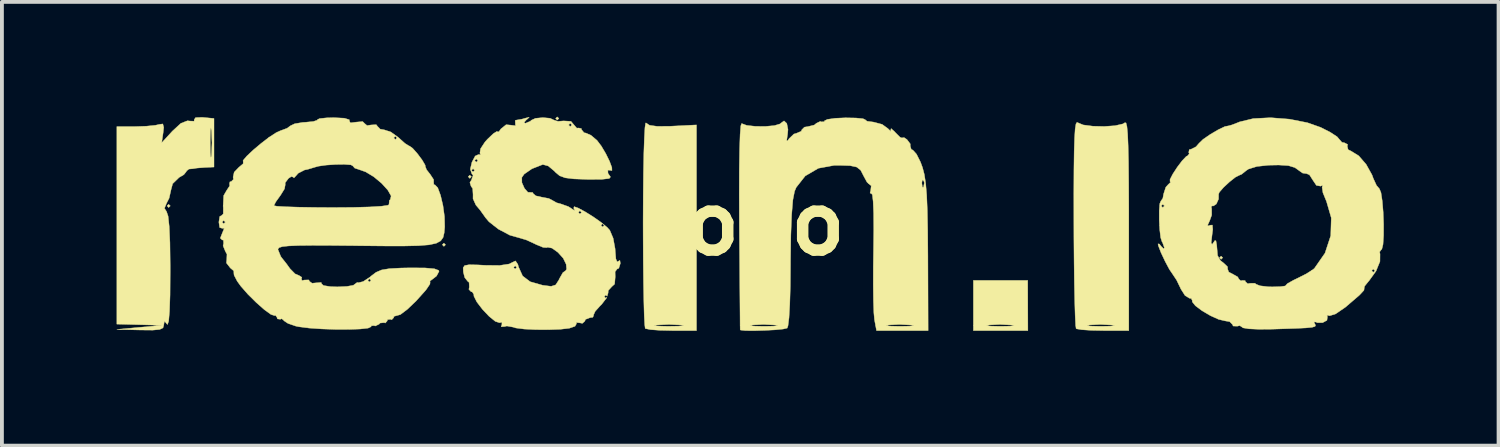
<source format=kicad_pcb>
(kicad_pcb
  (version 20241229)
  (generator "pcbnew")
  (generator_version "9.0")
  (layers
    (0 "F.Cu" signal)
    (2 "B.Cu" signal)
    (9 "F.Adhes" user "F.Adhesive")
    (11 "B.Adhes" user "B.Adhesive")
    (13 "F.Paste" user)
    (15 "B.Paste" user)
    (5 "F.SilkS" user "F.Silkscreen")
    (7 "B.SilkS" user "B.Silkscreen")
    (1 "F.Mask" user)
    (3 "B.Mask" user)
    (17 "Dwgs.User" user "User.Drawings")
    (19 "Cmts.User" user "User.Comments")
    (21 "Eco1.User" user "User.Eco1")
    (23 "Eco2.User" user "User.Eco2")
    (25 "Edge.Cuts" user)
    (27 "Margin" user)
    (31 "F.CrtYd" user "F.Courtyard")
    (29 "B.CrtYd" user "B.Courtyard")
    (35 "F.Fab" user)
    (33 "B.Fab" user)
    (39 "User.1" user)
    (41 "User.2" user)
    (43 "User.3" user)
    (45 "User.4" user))
  (footprint "logo"
    (layer "F.Cu")
    (at 16.557 2.799)
    (property "Reference" "logo" (at 0 0 0) (layer "F.SilkS") (effects (font (size 1.524 1.524) (thickness 0.3))))
    (attr through_hole)
    (fp_poly (pts (xy -15.155 -0.466) (xy -15.198 -0.423) (xy -15.24 -0.466) (xy -15.198 -0.508) (xy -15.155 -0.466)) (stroke (width 0.01) (type solid)) (fill yes) (layer "F.SilkS"))
    (fp_poly (pts (xy -7.959 0.55) (xy -8.001 0.593) (xy -8.043 0.55) (xy -8.001 0.508) (xy -7.959 0.55)) (stroke (width 0.01) (type solid)) (fill yes) (layer "F.SilkS"))
    (fp_poly (pts (xy -7.281 -1.228) (xy -7.324 -1.185) (xy -7.366 -1.228) (xy -7.324 -1.27) (xy -7.281 -1.228)) (stroke (width 0.01) (type solid)) (fill yes) (layer "F.SilkS"))
    (fp_poly (pts (xy -4.995 -2.752) (xy -5.038 -2.709) (xy -5.08 -2.752) (xy -5.038 -2.794) (xy -4.995 -2.752)) (stroke (width 0.01) (type solid)) (fill yes) (layer "F.SilkS"))
    (fp_poly (pts (xy 12.361 0.889) (xy 12.319 0.931) (xy 12.277 0.889) (xy 12.319 0.847) (xy 12.361 0.889)) (stroke (width 0.01) (type solid)) (fill yes) (layer "F.SilkS"))
    (fp_poly (pts (xy 7.265 2.138) (xy 7.267 2.794) (xy 5.842 2.794) (xy 5.842 2.664) (xy 6.184 2.664) (xy 6.275 2.676) (xy 6.495 2.681) (xy 6.562 2.682) (xy 6.802 2.677) (xy 6.91 2.667) (xy 6.871 2.652) (xy 6.835 2.648) (xy 6.536 2.634) (xy 6.252 2.647) (xy 6.242 2.648) (xy 6.184 2.664) (xy 5.842 2.664) (xy 5.842 1.482) (xy 7.263 1.482) (xy 7.265 2.138)) (stroke (width 0.01) (type solid)) (fill yes) (layer "F.SilkS"))
    (fp_poly (pts (xy -2.625 -2.574) (xy -2.427 -2.546) (xy -2.096 -2.548) (xy -2.021 -2.552) (xy -1.397 -2.583) (xy -1.397 2.794) (xy -2.039 2.794) (xy -2.354 2.787) (xy -2.6 2.769) (xy -2.73 2.742) (xy -2.738 2.738) (xy -2.748 2.663) (xy -2.509 2.663) (xy -2.431 2.674) (xy -2.22 2.68) (xy -2.117 2.681) (xy -1.862 2.677) (xy -1.736 2.667) (xy -1.754 2.653) (xy -1.799 2.648) (xy -2.117 2.634) (xy -2.434 2.648) (xy -2.509 2.663) (xy -2.748 2.663) (xy -2.751 2.642) (xy -2.764 2.398) (xy -2.774 2.026) (xy -2.783 1.546) (xy -2.789 0.979) (xy -2.792 0.345) (xy -2.793 -0.035) (xy -2.79 -0.727) (xy -2.784 -1.336) (xy -2.774 -1.847) (xy -2.76 -2.245) (xy -2.745 -2.512) (xy -2.727 -2.633) (xy -2.718 -2.636) (xy -2.625 -2.574)) (stroke (width 0.01) (type solid)) (fill yes) (layer "F.SilkS"))
    (fp_poly (pts (xy 8.566 -2.644) (xy 8.713 -2.583) (xy 8.966 -2.55) (xy 9.264 -2.543) (xy 9.547 -2.563) (xy 9.752 -2.61) (xy 9.804 -2.642) (xy 9.833 -2.635) (xy 9.857 -2.542) (xy 9.875 -2.351) (xy 9.888 -2.048) (xy 9.898 -1.62) (xy 9.903 -1.054) (xy 9.906 -0.338) (xy 9.906 0.025) (xy 9.906 2.794) (xy 9.243 2.794) (xy 8.923 2.788) (xy 8.673 2.771) (xy 8.538 2.748) (xy 8.528 2.742) (xy 8.517 2.664) (xy 8.809 2.664) (xy 8.9 2.676) (xy 9.12 2.681) (xy 9.186 2.682) (xy 9.427 2.677) (xy 9.535 2.667) (xy 9.495 2.652) (xy 9.46 2.648) (xy 9.161 2.634) (xy 8.877 2.647) (xy 8.867 2.648) (xy 8.809 2.664) (xy 8.517 2.664) (xy 8.515 2.648) (xy 8.503 2.404) (xy 8.492 2.033) (xy 8.482 1.554) (xy 8.475 0.987) (xy 8.47 0.354) (xy 8.469 -0.029) (xy 8.468 -0.803) (xy 8.471 -1.421) (xy 8.477 -1.897) (xy 8.488 -2.245) (xy 8.503 -2.477) (xy 8.524 -2.608) (xy 8.55 -2.651) (xy 8.566 -2.644)) (stroke (width 0.01) (type solid)) (fill yes) (layer "F.SilkS"))
    (fp_poly (pts (xy -14.296 -2.779) (xy -14.012 -2.752) (xy -14.012 -1.482) (xy -14.266 -1.47) (xy -14.46 -1.455) (xy -14.563 -1.438) (xy -14.668 -1.429) (xy -14.731 -1.378) (xy -14.732 -1.368) (xy -14.8 -1.283) (xy -14.924 -1.21) (xy -15.093 -1.046) (xy -15.136 -0.887) (xy -15.185 -0.668) (xy -15.253 -0.534) (xy -15.307 -0.404) (xy -15.253 -0.318) (xy -15.212 -0.198) (xy -15.183 0.072) (xy -15.164 0.498) (xy -15.157 1.085) (xy -15.157 1.266) (xy -15.161 1.862) (xy -15.175 2.288) (xy -15.197 2.546) (xy -15.227 2.635) (xy -15.24 2.625) (xy -15.306 2.547) (xy -15.323 2.627) (xy -15.323 2.646) (xy -15.345 2.723) (xy -15.431 2.765) (xy -15.616 2.782) (xy -15.934 2.779) (xy -15.938 2.779) (xy -16.552 2.764) (xy -15.96 2.709) (xy -15.367 2.655) (xy -15.96 2.64) (xy -16.552 2.625) (xy -16.552 -2.54) (xy -16.072 -2.54) (xy -15.78 -2.55) (xy -15.542 -2.574) (xy -15.447 -2.596) (xy -15.35 -2.609) (xy -15.326 -2.518) (xy -15.341 -2.384) (xy -15.38 -2.115) (xy -15.379 -2.117) (xy -14.111 -2.117) (xy -14.107 -1.862) (xy -14.097 -1.736) (xy -14.083 -1.754) (xy -14.078 -1.799) (xy -14.064 -2.117) (xy -14.078 -2.434) (xy -14.093 -2.509) (xy -14.104 -2.431) (xy -14.11 -2.22) (xy -14.111 -2.117) (xy -15.379 -2.117) (xy -15.099 -2.422) (xy -14.878 -2.625) (xy -14.705 -2.692) (xy -14.648 -2.685) (xy -14.532 -2.68) (xy -14.529 -2.723) (xy -14.494 -2.774) (xy -14.325 -2.781) (xy -14.296 -2.779)) (stroke (width 0.01) (type solid)) (fill yes) (layer "F.SilkS"))
    (fp_poly (pts (xy 2.77 -2.764) (xy 2.956 -2.746) (xy 3.013 -2.72) (xy 3.061 -2.68) (xy 3.225 -2.658) (xy 3.229 -2.658) (xy 3.456 -2.598) (xy 3.608 -2.488) (xy 3.685 -2.412) (xy 3.683 -2.455) (xy 3.691 -2.489) (xy 3.782 -2.407) (xy 3.804 -2.382) (xy 3.923 -2.263) (xy 3.979 -2.24) (xy 3.979 -2.245) (xy 4.031 -2.252) (xy 4.105 -2.202) (xy 4.192 -2.087) (xy 4.191 -2.031) (xy 4.217 -1.948) (xy 4.264 -1.921) (xy 4.354 -1.821) (xy 4.459 -1.613) (xy 4.513 -1.466) (xy 4.56 -1.286) (xy 4.595 -1.056) (xy 4.621 -0.75) (xy 4.638 -0.346) (xy 4.648 0.18) (xy 4.653 0.851) (xy 4.653 0.87) (xy 4.659 2.794) (xy 3.31 2.794) (xy 3.285 2.664) (xy 3.559 2.664) (xy 3.65 2.676) (xy 3.871 2.681) (xy 3.937 2.682) (xy 4.177 2.677) (xy 4.286 2.667) (xy 4.246 2.652) (xy 4.21 2.648) (xy 3.911 2.634) (xy 3.627 2.647) (xy 3.618 2.648) (xy 3.559 2.664) (xy 3.285 2.664) (xy 3.256 2.508) (xy 3.24 2.331) (xy 3.229 2.018) (xy 3.224 1.604) (xy 3.225 1.122) (xy 3.231 0.695) (xy 3.237 0.157) (xy 3.234 -0.276) (xy 3.221 -0.586) (xy 3.201 -0.756) (xy 3.182 -0.782) (xy 3.141 -0.803) (xy 3.158 -0.875) (xy 3.171 -0.993) (xy 3.14 -1.016) (xy 3.084 -1.065) (xy 4.494 -1.065) (xy 4.51 -0.956) (xy 4.538 -0.954) (xy 4.559 -1.068) (xy 4.545 -1.117) (xy 4.508 -1.149) (xy 4.494 -1.065) (xy 3.084 -1.065) (xy 3.061 -1.086) (xy 2.97 -1.253) (xy 2.969 -1.256) (xy 2.896 -1.398) (xy 2.794 -1.48) (xy 2.621 -1.518) (xy 2.335 -1.527) (xy 2.204 -1.526) (xy 1.79 -1.45) (xy 1.446 -1.249) (xy 1.21 -0.949) (xy 1.167 -0.847) (xy 1.123 -0.623) (xy 1.091 -0.24) (xy 1.07 0.295) (xy 1.061 0.973) (xy 1.061 1.058) (xy 1.056 1.633) (xy 1.042 2.105) (xy 1.022 2.458) (xy 0.995 2.671) (xy 0.974 2.729) (xy 0.868 2.754) (xy 0.655 2.775) (xy 0.386 2.789) (xy 0.113 2.797) (xy -0.114 2.795) (xy -0.243 2.781) (xy -0.255 2.773) (xy -0.256 2.686) (xy -0.257 2.664) (xy 0.003 2.664) (xy 0.094 2.676) (xy 0.315 2.681) (xy 0.381 2.682) (xy 0.621 2.677) (xy 0.73 2.667) (xy 0.69 2.652) (xy 0.654 2.648) (xy 0.355 2.634) (xy 0.071 2.647) (xy 0.062 2.648) (xy 0.003 2.664) (xy -0.257 2.664) (xy -0.258 2.45) (xy -0.261 2.086) (xy -0.265 1.612) (xy -0.269 1.05) (xy -0.274 0.42) (xy -0.277 0.025) (xy -0.28 -0.768) (xy -0.278 -1.431) (xy -0.27 -1.956) (xy -0.257 -2.334) (xy -0.239 -2.558) (xy -0.217 -2.621) (xy -0.216 -2.62) (xy -0.085 -2.571) (xy 0.142 -2.546) (xy 0.405 -2.544) (xy 0.641 -2.566) (xy 0.788 -2.61) (xy 0.805 -2.626) (xy 0.892 -2.689) (xy 0.964 -2.622) (xy 0.995 -2.463) (xy 0.984 -2.339) (xy 0.961 -2.178) (xy 0.985 -2.166) (xy 1.022 -2.223) (xy 1.149 -2.345) (xy 1.232 -2.371) (xy 1.342 -2.418) (xy 1.355 -2.455) (xy 1.425 -2.525) (xy 1.519 -2.54) (xy 1.682 -2.58) (xy 1.737 -2.626) (xy 1.838 -2.675) (xy 1.869 -2.663) (xy 1.943 -2.667) (xy 1.947 -2.689) (xy 2.025 -2.728) (xy 2.227 -2.757) (xy 2.496 -2.769) (xy 2.77 -2.764)) (stroke (width 0.01) (type solid)) (fill yes) (layer "F.SilkS"))
    (fp_poly (pts (xy 14.104 -2.734) (xy 14.576 -2.641) (xy 14.922 -2.519) (xy 15.175 -2.39) (xy 15.351 -2.275) (xy 15.409 -2.206) (xy 15.478 -2.128) (xy 15.541 -2.117) (xy 15.627 -2.073) (xy 15.617 -2.026) (xy 15.639 -1.937) (xy 15.729 -1.892) (xy 15.918 -1.775) (xy 16.111 -1.552) (xy 16.264 -1.277) (xy 16.298 -1.184) (xy 16.382 -1.001) (xy 16.457 -0.914) (xy 16.499 -0.812) (xy 16.532 -0.594) (xy 16.556 -0.305) (xy 16.568 0.01) (xy 16.567 0.307) (xy 16.552 0.541) (xy 16.521 0.667) (xy 16.506 0.677) (xy 16.463 0.738) (xy 16.474 0.79) (xy 16.472 0.987) (xy 16.369 1.239) (xy 16.188 1.49) (xy 16.176 1.503) (xy 16.071 1.633) (xy 16.057 1.693) (xy 16.061 1.693) (xy 16.052 1.742) (xy 15.943 1.86) (xy 15.916 1.885) (xy 15.567 2.184) (xy 15.311 2.359) (xy 15.155 2.407) (xy 15.132 2.399) (xy 15.084 2.399) (xy 15.099 2.433) (xy 15.086 2.526) (xy 14.974 2.587) (xy 14.833 2.587) (xy 14.796 2.57) (xy 14.746 2.567) (xy 14.766 2.612) (xy 14.788 2.655) (xy 14.774 2.686) (xy 14.699 2.708) (xy 14.54 2.724) (xy 14.271 2.737) (xy 13.867 2.75) (xy 13.652 2.757) (xy 13.312 2.76) (xy 13.046 2.748) (xy 12.893 2.723) (xy 12.869 2.705) (xy 12.807 2.664) (xy 12.742 2.679) (xy 12.634 2.675) (xy 12.615 2.634) (xy 12.543 2.561) (xy 12.421 2.54) (xy 12.254 2.501) (xy 12.038 2.403) (xy 11.82 2.275) (xy 11.647 2.145) (xy 11.564 2.042) (xy 11.567 2.016) (xy 11.54 1.956) (xy 11.488 1.947) (xy 11.375 1.877) (xy 11.265 1.704) (xy 11.258 1.686) (xy 11.155 1.474) (xy 11.058 1.328) (xy 11.057 1.326) (xy 10.967 1.194) (xy 10.854 0.982) (xy 10.747 0.755) (xy 10.679 0.578) (xy 10.669 0.526) (xy 10.706 0.532) (xy 10.753 0.593) (xy 10.82 0.657) (xy 10.836 0.628) (xy 10.785 0.486) (xy 10.774 0.473) (xy 10.739 0.365) (xy 10.714 0.156) (xy 10.708 0.046) (xy 11.963 0.046) (xy 12 0.055) (xy 12.027 0.039) (xy 12.091 0.035) (xy 12.101 0.151) (xy 12.081 0.304) (xy 12.059 0.502) (xy 12.084 0.54) (xy 12.108 0.508) (xy 12.156 0.439) (xy 12.184 0.446) (xy 12.204 0.559) (xy 12.225 0.808) (xy 12.227 0.832) (xy 12.301 0.962) (xy 12.385 1.028) (xy 12.487 1.125) (xy 12.489 1.184) (xy 12.519 1.264) (xy 12.614 1.312) (xy 12.752 1.39) (xy 12.785 1.45) (xy 12.837 1.495) (xy 12.869 1.482) (xy 12.947 1.487) (xy 12.954 1.516) (xy 13.015 1.569) (xy 13.072 1.558) (xy 13.202 1.556) (xy 13.234 1.582) (xy 13.337 1.623) (xy 13.548 1.648) (xy 13.659 1.651) (xy 13.877 1.644) (xy 13.997 1.627) (xy 14.006 1.616) (xy 14.053 1.565) (xy 14.214 1.475) (xy 14.312 1.428) (xy 14.548 1.309) (xy 14.675 1.228) (xy 16.256 1.228) (xy 16.298 1.27) (xy 16.341 1.228) (xy 16.298 1.185) (xy 16.256 1.228) (xy 14.675 1.228) (xy 14.724 1.196) (xy 14.758 1.167) (xy 15.035 0.769) (xy 15.185 0.314) (xy 15.199 -0.154) (xy 15.072 -0.59) (xy 15.066 -0.602) (xy 14.981 -0.81) (xy 14.959 -0.954) (xy 14.968 -0.977) (xy 14.968 -1.004) (xy 14.923 -0.982) (xy 14.81 -1.002) (xy 14.72 -1.136) (xy 14.63 -1.277) (xy 14.557 -1.309) (xy 14.449 -1.324) (xy 14.377 -1.375) (xy 14.247 -1.468) (xy 14.079 -1.519) (xy 13.826 -1.535) (xy 13.557 -1.53) (xy 13.255 -1.497) (xy 13.036 -1.43) (xy 12.979 -1.392) (xy 12.854 -1.292) (xy 12.8 -1.27) (xy 12.697 -1.219) (xy 12.541 -1.096) (xy 12.383 -0.95) (xy 12.274 -0.825) (xy 12.254 -0.776) (xy 12.252 -0.644) (xy 12.194 -0.515) (xy 12.116 -0.463) (xy 12.102 -0.469) (xy 12.059 -0.451) (xy 12.072 -0.392) (xy 12.073 -0.225) (xy 12.021 -0.081) (xy 11.963 0.046) (xy 10.708 0.046) (xy 10.701 -0.099) (xy 10.701 -0.345) (xy 10.711 -0.466) (xy 10.753 -0.466) (xy 10.795 -0.423) (xy 10.837 -0.466) (xy 10.795 -0.508) (xy 10.753 -0.466) (xy 10.711 -0.466) (xy 10.716 -0.527) (xy 10.745 -0.593) (xy 10.795 -0.664) (xy 10.815 -0.776) (xy 10.873 -0.955) (xy 10.939 -1.028) (xy 11.002 -1.089) (xy 10.984 -1.099) (xy 10.983 -1.158) (xy 11.056 -1.3) (xy 11.173 -1.479) (xy 11.301 -1.648) (xy 11.407 -1.759) (xy 11.446 -1.778) (xy 11.486 -1.831) (xy 11.472 -1.863) (xy 11.487 -1.938) (xy 11.532 -1.947) (xy 11.662 -2.012) (xy 11.741 -2.103) (xy 11.847 -2.206) (xy 12.033 -2.334) (xy 12.242 -2.457) (xy 12.42 -2.542) (xy 12.508 -2.558) (xy 12.591 -2.58) (xy 12.768 -2.648) (xy 12.804 -2.663) (xy 13.16 -2.749) (xy 13.612 -2.772) (xy 14.104 -2.734)) (stroke (width 0.01) (type solid)) (fill yes) (layer "F.SilkS"))
    (fp_poly (pts (xy -5.819 -2.736) (xy -5.842 -2.719) (xy -5.909 -2.643) (xy -5.868 -2.626) (xy -5.736 -2.682) (xy -5.719 -2.704) (xy -5.607 -2.756) (xy -5.414 -2.774) (xy -5.224 -2.757) (xy -5.121 -2.708) (xy -5.02 -2.676) (xy -4.871 -2.688) (xy -4.678 -2.676) (xy -4.607 -2.592) (xy -4.527 -2.499) (xy -4.478 -2.503) (xy -4.407 -2.488) (xy -4.403 -2.46) (xy -4.335 -2.378) (xy -4.29 -2.371) (xy -4.157 -2.313) (xy -3.998 -2.179) (xy -3.884 -2.028) (xy -3.768 -1.832) (xy -3.67 -1.632) (xy -3.61 -1.47) (xy -3.607 -1.389) (xy -3.636 -1.394) (xy -3.714 -1.402) (xy -3.711 -1.319) (xy -3.645 -1.223) (xy -3.678 -1.183) (xy -3.867 -1.161) (xy -4.2 -1.158) (xy -4.251 -1.159) (xy -4.603 -1.172) (xy -4.83 -1.2) (xy -4.976 -1.254) (xy -5.086 -1.346) (xy -5.115 -1.378) (xy -5.274 -1.51) (xy -5.415 -1.548) (xy -5.419 -1.547) (xy -5.699 -1.437) (xy -5.902 -1.297) (xy -5.964 -1.209) (xy -5.962 -1.075) (xy -5.896 -0.926) (xy -5.805 -0.822) (xy -5.729 -0.819) (xy -5.675 -0.815) (xy -5.673 -0.795) (xy -5.6 -0.73) (xy -5.445 -0.695) (xy -5.259 -0.66) (xy -5.169 -0.613) (xy -5.055 -0.548) (xy -4.953 -0.521) (xy -4.747 -0.448) (xy -4.662 -0.394) (xy -4.579 -0.34) (xy -4.605 -0.405) (xy -4.607 -0.409) (xy -4.595 -0.447) (xy -4.482 -0.406) (xy -4.304 -0.31) (xy -4.096 -0.18) (xy -3.893 -0.037) (xy -3.733 0.095) (xy -3.664 0.171) (xy -3.576 0.379) (xy -3.525 0.655) (xy -3.521 0.724) (xy -3.505 0.919) (xy -3.471 0.999) (xy -3.451 0.987) (xy -3.4 0.958) (xy -3.388 1.037) (xy -3.428 1.163) (xy -3.473 1.185) (xy -3.525 1.255) (xy -3.522 1.391) (xy -3.538 1.579) (xy -3.609 1.643) (xy -3.705 1.748) (xy -3.708 1.81) (xy -3.734 1.896) (xy -3.768 1.863) (xy -3.81 1.905) (xy -3.768 1.947) (xy -3.743 1.922) (xy -3.749 1.942) (xy -3.88 2.112) (xy -3.911 2.141) (xy -4.046 2.291) (xy -4.092 2.393) (xy -4.087 2.404) (xy -4.109 2.447) (xy -4.177 2.455) (xy -4.298 2.501) (xy -4.318 2.549) (xy -4.38 2.605) (xy -4.449 2.592) (xy -4.539 2.583) (xy -4.535 2.615) (xy -4.573 2.681) (xy -4.722 2.733) (xy -4.958 2.76) (xy -5.269 2.771) (xy -5.601 2.769) (xy -5.903 2.754) (xy -6.12 2.726) (xy -6.189 2.704) (xy -6.354 2.674) (xy -6.42 2.689) (xy -6.504 2.694) (xy -6.486 2.64) (xy -6.483 2.576) (xy -6.549 2.589) (xy -6.658 2.553) (xy -6.821 2.42) (xy -6.995 2.236) (xy -7.141 2.045) (xy -7.217 1.893) (xy -7.218 1.851) (xy -7.261 1.782) (xy -7.29 1.778) (xy -7.348 1.717) (xy -7.337 1.656) (xy -7.343 1.534) (xy -7.38 1.505) (xy -7.457 1.407) (xy -7.493 1.265) (xy -7.498 1.154) (xy -7.491 1.143) (xy -6.181 1.143) (xy -6.138 1.185) (xy -6.096 1.143) (xy -6.138 1.101) (xy -6.181 1.143) (xy -7.491 1.143) (xy -7.46 1.094) (xy -7.343 1.072) (xy -7.11 1.077) (xy -6.932 1.087) (xy -6.545 1.091) (xy -6.294 1.053) (xy -6.226 1.018) (xy -6.129 0.972) (xy -6.068 1.062) (xy -6.049 1.132) (xy -5.943 1.366) (xy -5.746 1.516) (xy -5.419 1.609) (xy -5.198 1.637) (xy -5.079 1.6) (xy -4.996 1.471) (xy -4.979 1.434) (xy -4.891 1.279) (xy -4.822 1.23) (xy -4.82 1.231) (xy -4.793 1.188) (xy -4.805 1.06) (xy -4.881 0.903) (xy -5.021 0.748) (xy -5.175 0.638) (xy -5.293 0.614) (xy -5.31 0.625) (xy -5.406 0.619) (xy -5.585 0.546) (xy -5.62 0.528) (xy -5.836 0.428) (xy -6.005 0.376) (xy -6.015 0.374) (xy -6.28 0.299) (xy -6.576 0.142) (xy -6.703 0.042) (xy -3.895 0.042) (xy -3.852 0.085) (xy -3.81 0.042) (xy -3.852 0) (xy -3.895 0.042) (xy -6.703 0.042) (xy -6.824 -0.053) (xy -6.911 -0.155) (xy -7.011 -0.296) (xy -4.487 -0.296) (xy -4.445 -0.254) (xy -4.403 -0.296) (xy -4.445 -0.339) (xy -4.487 -0.296) (xy -7.011 -0.296) (xy -7.05 -0.351) (xy -7.165 -0.488) (xy -7.24 -0.654) (xy -7.239 -0.761) (xy -7.249 -0.921) (xy -7.291 -0.979) (xy -7.322 -1.077) (xy -7.281 -1.143) (xy -7.238 -1.266) (xy -7.272 -1.307) (xy -7.301 -1.397) (xy -7.281 -1.397) (xy -7.239 -1.355) (xy -7.197 -1.397) (xy -7.239 -1.439) (xy -7.281 -1.397) (xy -7.301 -1.397) (xy -7.311 -1.428) (xy -7.268 -1.61) (xy -7.246 -1.651) (xy -7.197 -1.651) (xy -7.154 -1.609) (xy -7.112 -1.651) (xy -7.154 -1.693) (xy -7.197 -1.651) (xy -7.246 -1.651) (xy -7.183 -1.77) (xy -7.095 -1.81) (xy -7.091 -1.807) (xy -7.041 -1.806) (xy -7.06 -1.847) (xy -7.043 -1.96) (xy -6.93 -2.133) (xy -6.861 -2.211) (xy -6.708 -2.356) (xy -6.614 -2.415) (xy -6.601 -2.404) (xy -6.566 -2.402) (xy -6.51 -2.48) (xy -6.374 -2.589) (xy -6.248 -2.577) (xy -6.127 -2.562) (xy -6.129 -2.582) (xy -4.741 -2.582) (xy -4.699 -2.54) (xy -4.657 -2.582) (xy -4.699 -2.625) (xy -4.741 -2.582) (xy -6.129 -2.582) (xy -6.133 -2.616) (xy -6.138 -2.7) (xy -6.108 -2.709) (xy -5.962 -2.734) (xy -5.87 -2.76) (xy -5.77 -2.784) (xy -5.819 -2.736)) (stroke (width 0.01) (type solid)) (fill yes) (layer "F.SilkS"))
    (fp_poly (pts (xy -10.604 -2.759) (xy -10.474 -2.719) (xy -10.471 -2.686) (xy -10.449 -2.637) (xy -10.3 -2.656) (xy -10.125 -2.671) (xy -10.075 -2.621) (xy -10.01 -2.567) (xy -9.906 -2.582) (xy -9.77 -2.59) (xy -9.737 -2.546) (xy -9.666 -2.473) (xy -9.563 -2.455) (xy -9.388 -2.398) (xy -9.194 -2.258) (xy -9.179 -2.244) (xy -9.021 -2.102) (xy -8.911 -2.033) (xy -8.902 -2.032) (xy -8.818 -1.972) (xy -8.693 -1.831) (xy -8.57 -1.666) (xy -8.492 -1.533) (xy -8.486 -1.492) (xy -8.454 -1.411) (xy -8.361 -1.293) (xy -8.269 -1.153) (xy -8.269 -1.073) (xy -8.263 -1.02) (xy -8.235 -1.016) (xy -8.162 -0.94) (xy -8.089 -0.743) (xy -8.026 -0.476) (xy -7.986 -0.187) (xy -7.98 0.076) (xy -7.98 0.085) (xy -7.994 0.239) (xy -8.022 0.359) (xy -8.085 0.448) (xy -8.201 0.511) (xy -8.39 0.552) (xy -8.67 0.574) (xy -9.062 0.583) (xy -9.584 0.582) (xy -10.256 0.575) (xy -10.283 0.574) (xy -10.935 0.568) (xy -11.437 0.566) (xy -11.806 0.57) (xy -12.063 0.581) (xy -12.224 0.598) (xy -12.31 0.625) (xy -12.339 0.661) (xy -12.339 0.677) (xy -12.266 0.857) (xy -12.234 0.9) (xy -12.121 1.042) (xy -12.025 1.175) (xy -11.89 1.312) (xy -11.787 1.355) (xy -11.715 1.401) (xy -11.726 1.438) (xy -11.712 1.486) (xy -11.646 1.472) (xy -11.534 1.469) (xy -11.515 1.507) (xy -11.447 1.556) (xy -11.332 1.545) (xy -11.21 1.536) (xy -11.197 1.574) (xy -11.148 1.616) (xy -10.972 1.644) (xy -10.787 1.651) (xy -10.535 1.639) (xy -10.368 1.609) (xy -10.33 1.58) (xy -10.269 1.535) (xy -10.233 1.542) (xy -10.112 1.512) (xy -10.066 1.482) (xy -9.991 1.482) (xy -9.948 1.524) (xy -9.906 1.482) (xy -9.948 1.439) (xy -9.991 1.482) (xy -10.066 1.482) (xy -9.937 1.397) (xy -9.905 1.369) (xy -9.774 1.27) (xy -9.628 1.208) (xy -9.423 1.174) (xy -9.115 1.158) (xy -8.9 1.154) (xy -8.499 1.156) (xy -8.25 1.178) (xy -8.138 1.22) (xy -8.128 1.245) (xy -8.193 1.367) (xy -8.276 1.433) (xy -8.369 1.502) (xy -8.361 1.521) (xy -8.367 1.579) (xy -8.46 1.717) (xy -8.488 1.752) (xy -8.731 2.023) (xy -8.958 2.239) (xy -9.138 2.375) (xy -9.242 2.405) (xy -9.243 2.404) (xy -9.309 2.424) (xy -9.313 2.455) (xy -9.365 2.511) (xy -9.398 2.498) (xy -9.476 2.507) (xy -9.483 2.54) (xy -9.533 2.597) (xy -9.561 2.586) (xy -9.67 2.597) (xy -9.694 2.625) (xy -9.796 2.675) (xy -9.827 2.663) (xy -9.901 2.67) (xy -9.906 2.694) (xy -9.984 2.73) (xy -10.191 2.753) (xy -10.489 2.764) (xy -10.837 2.763) (xy -11.196 2.751) (xy -11.528 2.728) (xy -11.792 2.694) (xy -11.874 2.677) (xy -12.077 2.607) (xy -12.186 2.536) (xy -12.192 2.52) (xy -12.245 2.483) (xy -12.277 2.498) (xy -12.355 2.488) (xy -12.361 2.455) (xy -12.405 2.394) (xy -12.429 2.403) (xy -12.524 2.372) (xy -12.695 2.248) (xy -12.907 2.061) (xy -13.124 1.846) (xy -13.31 1.634) (xy -13.405 1.503) (xy -13.487 1.346) (xy -13.495 1.271) (xy -13.49 1.27) (xy -13.499 1.23) (xy -13.586 1.156) (xy -13.687 1.026) (xy -13.679 0.94) (xy -13.673 0.798) (xy -13.716 0.72) (xy -13.774 0.577) (xy -13.761 0.512) (xy -13.766 0.431) (xy -13.799 0.423) (xy -13.847 0.377) (xy -13.795 0.244) (xy -13.744 0.12) (xy -13.792 0.122) (xy -13.864 0.1) (xy -13.885 -0.042) (xy -13.801 -0.042) (xy -13.758 0) (xy -13.716 -0.042) (xy -13.758 -0.085) (xy -13.801 -0.042) (xy -13.885 -0.042) (xy -13.862 -0.189) (xy -13.81 -0.217) (xy -13.77 -0.258) (xy -13.769 -0.416) (xy -13.773 -0.455) (xy -13.772 -0.473) (xy -12.446 -0.473) (xy -12.366 -0.457) (xy -12.143 -0.444) (xy -11.804 -0.433) (xy -11.376 -0.426) (xy -10.917 -0.423) (xy -10.374 -0.427) (xy -9.94 -0.439) (xy -9.63 -0.458) (xy -9.462 -0.483) (xy -9.437 -0.502) (xy -9.427 -0.611) (xy -9.403 -0.632) (xy -9.381 -0.726) (xy -9.468 -0.879) (xy -9.63 -1.057) (xy -9.834 -1.227) (xy -10.046 -1.355) (xy -10.172 -1.4) (xy -10.333 -1.454) (xy -10.381 -1.509) (xy -10.38 -1.51) (xy -10.432 -1.539) (xy -10.6 -1.552) (xy -10.832 -1.549) (xy -11.076 -1.533) (xy -11.28 -1.504) (xy -11.36 -1.482) (xy -11.567 -1.42) (xy -11.642 -1.406) (xy -11.81 -1.32) (xy -11.859 -1.264) (xy -11.923 -1.196) (xy -11.937 -1.217) (xy -11.989 -1.234) (xy -12.064 -1.186) (xy -12.151 -1.071) (xy -12.15 -1.016) (xy -12.169 -0.912) (xy -12.27 -0.748) (xy -12.278 -0.737) (xy -12.394 -0.575) (xy -12.446 -0.476) (xy -12.446 -0.473) (xy -13.772 -0.473) (xy -13.759 -0.736) (xy -13.683 -0.868) (xy -13.602 -0.99) (xy -13.607 -1.048) (xy -13.595 -1.097) (xy -13.563 -1.101) (xy -13.503 -1.161) (xy -13.513 -1.219) (xy -13.484 -1.348) (xy -13.364 -1.473) (xy -13.25 -1.569) (xy -13.248 -1.609) (xy -13.248 -1.609) (xy -13.252 -1.654) (xy -13.153 -1.77) (xy -12.984 -1.929) (xy -12.777 -2.103) (xy -12.593 -2.244) (xy -9.313 -2.244) (xy -9.271 -2.201) (xy -9.229 -2.244) (xy -9.271 -2.286) (xy -9.313 -2.244) (xy -12.593 -2.244) (xy -12.566 -2.264) (xy -12.385 -2.382) (xy -12.284 -2.428) (xy -12.101 -2.496) (xy -12.013 -2.561) (xy -11.902 -2.614) (xy -11.691 -2.649) (xy -11.619 -2.653) (xy -11.414 -2.673) (xy -11.312 -2.707) (xy -11.31 -2.72) (xy -11.252 -2.749) (xy -11.069 -2.768) (xy -10.88 -2.773) (xy -10.604 -2.759)) (stroke (width 0.01) (type solid)) (fill yes) (layer "F.SilkS")))
  (gr_rect
    (start -3 -3)
    (end 36.13 8.601)
    (stroke (width 0.1) (type default))
    (fill no)
    (layer "Edge.Cuts")))
</source>
